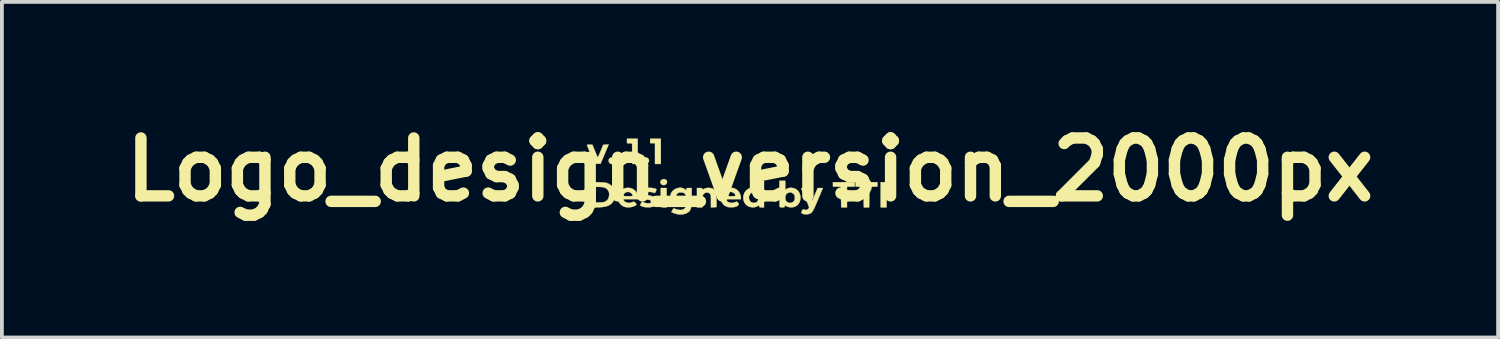
<source format=kicad_pcb>
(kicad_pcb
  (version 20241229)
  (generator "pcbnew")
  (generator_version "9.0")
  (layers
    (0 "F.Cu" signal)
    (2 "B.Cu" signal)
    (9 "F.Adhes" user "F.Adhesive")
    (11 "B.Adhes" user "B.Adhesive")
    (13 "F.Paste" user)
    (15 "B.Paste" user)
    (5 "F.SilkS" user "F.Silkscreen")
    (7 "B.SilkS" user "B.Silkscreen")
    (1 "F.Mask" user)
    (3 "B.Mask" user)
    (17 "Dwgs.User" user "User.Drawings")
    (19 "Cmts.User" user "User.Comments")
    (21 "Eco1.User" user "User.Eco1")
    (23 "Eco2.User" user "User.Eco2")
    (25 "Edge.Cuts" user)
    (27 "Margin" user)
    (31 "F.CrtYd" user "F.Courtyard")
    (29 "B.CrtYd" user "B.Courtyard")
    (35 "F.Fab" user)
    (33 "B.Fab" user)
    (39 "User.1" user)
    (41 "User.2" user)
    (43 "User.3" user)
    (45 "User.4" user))
  (footprint "Logo_design_version_2000px"
    (layer "F.Cu")
    (at 16.699 1.418)
    (property "Reference" "Logo_design_version_2000px" (at 0 0 0) (layer "F.SilkS") (effects (font (size 1.524 1.524) (thickness 0.3))))
    (attr through_hole)
    (fp_poly (pts (xy 3.594 0.991) (xy 3.442 0.991) (xy 3.442 0.33) (xy 3.594 0.33) (xy 3.594 0.991)) (stroke (width 0.01) (type solid)) (fill yes) (layer "F.SilkS"))
    (fp_poly (pts (xy -2.349 -0.152) (xy -2.502 -0.152) (xy -2.502 -0.699) (xy -2.629 -0.699) (xy -2.629 -0.813) (xy -2.349 -0.813) (xy -2.349 -0.152)) (stroke (width 0.01) (type solid)) (fill yes) (layer "F.SilkS"))
    (fp_poly (pts (xy -2.959 -0.152) (xy -3.098 -0.152) (xy -3.102 -0.422) (xy -3.105 -0.692) (xy -3.239 -0.7) (xy -3.239 -0.813) (xy -2.959 -0.813) (xy -2.959 -0.152)) (stroke (width 0.01) (type solid)) (fill yes) (layer "F.SilkS"))
    (fp_poly (pts (xy 2.756 0.445) (xy 2.553 0.445) (xy 2.553 0.991) (xy 2.401 0.991) (xy 2.397 0.721) (xy 2.394 0.451) (xy 2.184 0.443) (xy 2.184 0.33) (xy 2.756 0.33) (xy 2.756 0.445)) (stroke (width 0.01) (type solid)) (fill yes) (layer "F.SilkS"))
    (fp_poly (pts (xy 3.353 0.443) (xy 3.143 0.451) (xy 3.136 0.991) (xy 2.998 0.991) (xy 2.994 0.721) (xy 2.991 0.451) (xy 2.781 0.443) (xy 2.781 0.33) (xy 3.353 0.33) (xy 3.353 0.443)) (stroke (width 0.01) (type solid)) (fill yes) (layer "F.SilkS"))
    (fp_poly (pts (xy -2.197 0.991) (xy -2.265 0.991) (xy -2.304 0.989) (xy -2.333 0.985) (xy -2.341 0.982) (xy -2.344 0.967) (xy -2.346 0.931) (xy -2.348 0.878) (xy -2.349 0.811) (xy -2.349 0.735) (xy -2.349 0.728) (xy -2.349 0.483) (xy -2.197 0.483) (xy -2.197 0.991)) (stroke (width 0.01) (type solid)) (fill yes) (layer "F.SilkS"))
    (fp_poly (pts (xy -3.585 -0.308) (xy -3.558 -0.279) (xy -3.545 -0.242) (xy -3.553 -0.2) (xy -3.556 -0.194) (xy -3.585 -0.164) (xy -3.624 -0.148) (xy -3.658 -0.15) (xy -3.697 -0.174) (xy -3.718 -0.212) (xy -3.721 -0.234) (xy -3.716 -0.275) (xy -3.698 -0.3) (xy -3.666 -0.317) (xy -3.622 -0.322) (xy -3.585 -0.308)) (stroke (width 0.01) (type solid)) (fill yes) (layer "F.SilkS"))
    (fp_poly (pts (xy -2.229 0.259) (xy -2.2 0.277) (xy -2.194 0.283) (xy -2.184 0.32) (xy -2.194 0.357) (xy -2.219 0.388) (xy -2.257 0.405) (xy -2.273 0.406) (xy -2.311 0.398) (xy -2.337 0.381) (xy -2.359 0.345) (xy -2.358 0.307) (xy -2.336 0.274) (xy -2.295 0.25) (xy -2.265 0.249) (xy -2.229 0.259)) (stroke (width 0.01) (type solid)) (fill yes) (layer "F.SilkS"))
    (fp_poly (pts (xy -2.719 -0.318) (xy -2.708 -0.313) (xy -2.674 -0.284) (xy -2.66 -0.25) (xy -2.663 -0.213) (xy -2.681 -0.181) (xy -2.711 -0.158) (xy -2.751 -0.149) (xy -2.783 -0.155) (xy -2.816 -0.177) (xy -2.832 -0.212) (xy -2.833 -0.251) (xy -2.818 -0.288) (xy -2.787 -0.315) (xy -2.782 -0.317) (xy -2.75 -0.326) (xy -2.719 -0.318)) (stroke (width 0.01) (type solid)) (fill yes) (layer "F.SilkS"))
    (fp_poly (pts (xy -3.935 -0.159) (xy -4.012 -0.155) (xy -4.053 -0.154) (xy -4.081 -0.154) (xy -4.089 -0.155) (xy -4.094 -0.168) (xy -4.107 -0.2) (xy -4.127 -0.249) (xy -4.153 -0.31) (xy -4.183 -0.381) (xy -4.191 -0.4) (xy -4.222 -0.473) (xy -4.249 -0.538) (xy -4.27 -0.592) (xy -4.285 -0.63) (xy -4.292 -0.65) (xy -4.293 -0.651) (xy -4.281 -0.656) (xy -4.251 -0.658) (xy -4.221 -0.658) (xy -4.149 -0.654) (xy -4.084 -0.492) (xy -4.059 -0.433) (xy -4.038 -0.382) (xy -4.022 -0.345) (xy -4.012 -0.326) (xy -4.011 -0.324) (xy -4.004 -0.333) (xy -3.99 -0.361) (xy -3.969 -0.405) (xy -3.945 -0.46) (xy -3.934 -0.486) (xy -3.864 -0.654) (xy -3.723 -0.662) (xy -3.935 -0.159)) (stroke (width 0.01) (type solid)) (fill yes) (layer "F.SilkS"))
    (fp_poly (pts (xy -1.026 0.485) (xy -0.977 0.503) (xy -0.943 0.526) (xy -0.919 0.552) (xy -0.902 0.586) (xy -0.891 0.631) (xy -0.885 0.692) (xy -0.883 0.774) (xy -0.883 0.8) (xy -0.883 0.984) (xy -0.956 0.988) (xy -1.029 0.992) (xy -1.029 0.826) (xy -1.029 0.757) (xy -1.03 0.71) (xy -1.033 0.678) (xy -1.039 0.657) (xy -1.047 0.642) (xy -1.06 0.628) (xy -1.1 0.604) (xy -1.146 0.599) (xy -1.191 0.614) (xy -1.227 0.644) (xy -1.243 0.675) (xy -1.249 0.704) (xy -1.254 0.752) (xy -1.257 0.81) (xy -1.257 0.853) (xy -1.257 0.991) (xy -1.397 0.991) (xy -1.397 0.483) (xy -1.327 0.483) (xy -1.287 0.484) (xy -1.266 0.489) (xy -1.258 0.499) (xy -1.257 0.508) (xy -1.256 0.523) (xy -1.248 0.525) (xy -1.228 0.515) (xy -1.211 0.505) (xy -1.156 0.485) (xy -1.091 0.478) (xy -1.026 0.485)) (stroke (width 0.01) (type solid)) (fill yes) (layer "F.SilkS"))
    (fp_poly (pts (xy -4.004 0.332) (xy -3.925 0.334) (xy -3.866 0.337) (xy -3.824 0.34) (xy -3.792 0.345) (xy -3.767 0.352) (xy -3.743 0.362) (xy -3.727 0.37) (xy -3.686 0.395) (xy -3.65 0.421) (xy -3.636 0.434) (xy -3.592 0.499) (xy -3.565 0.577) (xy -3.556 0.66) (xy -3.565 0.743) (xy -3.594 0.82) (xy -3.62 0.86) (xy -3.665 0.906) (xy -3.72 0.941) (xy -3.789 0.966) (xy -3.874 0.982) (xy -3.979 0.99) (xy -4.048 0.991) (xy -4.216 0.991) (xy -4.216 0.864) (xy -4.065 0.864) (xy -3.959 0.864) (xy -3.894 0.861) (xy -3.848 0.854) (xy -3.812 0.841) (xy -3.81 0.84) (xy -3.755 0.799) (xy -3.722 0.745) (xy -3.709 0.675) (xy -3.708 0.66) (xy -3.712 0.605) (xy -3.726 0.564) (xy -3.737 0.545) (xy -3.772 0.504) (xy -3.814 0.476) (xy -3.868 0.46) (xy -3.94 0.453) (xy -3.953 0.453) (xy -4.058 0.451) (xy -4.065 0.864) (xy -4.216 0.864) (xy -4.216 0.328) (xy -4.004 0.332)) (stroke (width 0.01) (type solid)) (fill yes) (layer "F.SilkS"))
    (fp_poly (pts (xy 0.368 0.991) (xy 0.305 0.991) (xy 0.267 0.989) (xy 0.248 0.984) (xy 0.242 0.971) (xy 0.241 0.965) (xy 0.24 0.947) (xy 0.232 0.942) (xy 0.212 0.951) (xy 0.188 0.965) (xy 0.135 0.985) (xy 0.07 0.991) (xy 0.004 0.982) (xy -0.045 0.965) (xy -0.105 0.923) (xy -0.146 0.868) (xy -0.171 0.805) (xy -0.178 0.739) (xy -0.031 0.739) (xy -0.02 0.791) (xy 0.007 0.836) (xy 0.021 0.85) (xy 0.064 0.871) (xy 0.116 0.876) (xy 0.163 0.865) (xy 0.166 0.863) (xy 0.196 0.834) (xy 0.219 0.788) (xy 0.228 0.733) (xy 0.229 0.724) (xy 0.218 0.668) (xy 0.187 0.627) (xy 0.14 0.602) (xy 0.098 0.597) (xy 0.045 0.606) (xy 0.006 0.636) (xy -0.023 0.687) (xy -0.025 0.69) (xy -0.031 0.739) (xy -0.178 0.739) (xy -0.178 0.737) (xy -0.169 0.668) (xy -0.145 0.605) (xy -0.105 0.55) (xy -0.051 0.508) (xy 0.013 0.484) (xy 0.08 0.477) (xy 0.143 0.486) (xy 0.194 0.508) (xy 0.206 0.517) (xy 0.217 0.525) (xy 0.223 0.523) (xy 0.227 0.508) (xy 0.228 0.475) (xy 0.229 0.422) (xy 0.229 0.415) (xy 0.229 0.292) (xy 0.368 0.292) (xy 0.368 0.991)) (stroke (width 0.01) (type solid)) (fill yes) (layer "F.SilkS"))
    (fp_poly (pts (xy -0.442 0.484) (xy -0.372 0.511) (xy -0.314 0.558) (xy -0.271 0.62) (xy -0.246 0.692) (xy -0.241 0.74) (xy -0.241 0.775) (xy -0.634 0.775) (xy -0.62 0.807) (xy -0.59 0.843) (xy -0.545 0.866) (xy -0.49 0.876) (xy -0.433 0.871) (xy -0.391 0.856) (xy -0.364 0.844) (xy -0.346 0.846) (xy -0.325 0.863) (xy -0.319 0.869) (xy -0.298 0.898) (xy -0.299 0.924) (xy -0.324 0.949) (xy -0.357 0.968) (xy -0.398 0.981) (xy -0.455 0.988) (xy -0.517 0.989) (xy -0.574 0.984) (xy -0.601 0.978) (xy -0.668 0.945) (xy -0.719 0.896) (xy -0.754 0.834) (xy -0.771 0.763) (xy -0.768 0.688) (xy -0.768 0.688) (xy -0.628 0.688) (xy -0.625 0.691) (xy -0.61 0.695) (xy -0.576 0.697) (xy -0.528 0.698) (xy -0.5 0.699) (xy -0.443 0.698) (xy -0.407 0.695) (xy -0.388 0.691) (xy -0.381 0.682) (xy -0.381 0.678) (xy -0.389 0.657) (xy -0.411 0.629) (xy -0.418 0.621) (xy -0.464 0.592) (xy -0.516 0.583) (xy -0.567 0.596) (xy -0.587 0.609) (xy -0.612 0.636) (xy -0.627 0.665) (xy -0.628 0.688) (xy -0.768 0.688) (xy -0.743 0.615) (xy -0.698 0.551) (xy -0.637 0.506) (xy -0.564 0.481) (xy -0.483 0.478) (xy -0.442 0.484)) (stroke (width 0.01) (type solid)) (fill yes) (layer "F.SilkS"))
    (fp_poly (pts (xy 1.561 0.648) (xy 1.586 0.707) (xy 1.608 0.757) (xy 1.625 0.793) (xy 1.635 0.811) (xy 1.637 0.813) (xy 1.644 0.802) (xy 1.659 0.771) (xy 1.68 0.726) (xy 1.704 0.669) (xy 1.713 0.648) (xy 1.781 0.483) (xy 1.918 0.483) (xy 1.901 0.524) (xy 1.89 0.548) (xy 1.872 0.591) (xy 1.848 0.649) (xy 1.818 0.718) (xy 1.786 0.794) (xy 1.778 0.813) (xy 1.739 0.906) (xy 1.707 0.979) (xy 1.681 1.034) (xy 1.659 1.074) (xy 1.64 1.104) (xy 1.623 1.125) (xy 1.604 1.141) (xy 1.594 1.148) (xy 1.55 1.166) (xy 1.493 1.175) (xy 1.437 1.174) (xy 1.401 1.165) (xy 1.366 1.15) (xy 1.353 1.135) (xy 1.356 1.112) (xy 1.367 1.087) (xy 1.385 1.055) (xy 1.402 1.043) (xy 1.424 1.049) (xy 1.437 1.055) (xy 1.477 1.063) (xy 1.516 1.05) (xy 1.544 1.023) (xy 1.55 1.012) (xy 1.553 0.999) (xy 1.552 0.981) (xy 1.544 0.956) (xy 1.531 0.919) (xy 1.509 0.867) (xy 1.479 0.797) (xy 1.46 0.753) (xy 1.428 0.68) (xy 1.4 0.615) (xy 1.376 0.56) (xy 1.359 0.521) (xy 1.351 0.5) (xy 1.35 0.498) (xy 1.354 0.489) (xy 1.376 0.484) (xy 1.419 0.483) (xy 1.494 0.483) (xy 1.561 0.648)) (stroke (width 0.01) (type solid)) (fill yes) (layer "F.SilkS"))
    (fp_poly (pts (xy -3.153 0.483) (xy -3.132 0.488) (xy -3.062 0.521) (xy -3.006 0.572) (xy -2.967 0.638) (xy -2.948 0.714) (xy -2.946 0.74) (xy -2.946 0.775) (xy -3.34 0.775) (xy -3.325 0.807) (xy -3.296 0.843) (xy -3.25 0.866) (xy -3.195 0.876) (xy -3.138 0.871) (xy -3.096 0.856) (xy -3.071 0.844) (xy -3.053 0.845) (xy -3.033 0.86) (xy -3.018 0.875) (xy -2.995 0.9) (xy -2.987 0.914) (xy -2.995 0.926) (xy -3.004 0.934) (xy -3.061 0.965) (xy -3.132 0.985) (xy -3.21 0.991) (xy -3.285 0.983) (xy -3.306 0.978) (xy -3.362 0.95) (xy -3.414 0.906) (xy -3.452 0.853) (xy -3.456 0.846) (xy -3.478 0.771) (xy -3.477 0.698) (xy -3.474 0.688) (xy -3.333 0.688) (xy -3.33 0.691) (xy -3.315 0.695) (xy -3.281 0.697) (xy -3.233 0.698) (xy -3.205 0.699) (xy -3.148 0.698) (xy -3.113 0.695) (xy -3.094 0.691) (xy -3.087 0.682) (xy -3.086 0.678) (xy -3.095 0.657) (xy -3.116 0.629) (xy -3.123 0.621) (xy -3.169 0.592) (xy -3.221 0.583) (xy -3.272 0.596) (xy -3.292 0.609) (xy -3.317 0.636) (xy -3.332 0.665) (xy -3.333 0.688) (xy -3.474 0.688) (xy -3.457 0.63) (xy -3.419 0.571) (xy -3.367 0.524) (xy -3.304 0.492) (xy -3.231 0.477) (xy -3.153 0.483)) (stroke (width 0.01) (type solid)) (fill yes) (layer "F.SilkS"))
    (fp_poly (pts (xy -2.586 0.481) (xy -2.535 0.489) (xy -2.494 0.5) (xy -2.469 0.513) (xy -2.464 0.521) (xy -2.469 0.539) (xy -2.481 0.569) (xy -2.485 0.576) (xy -2.499 0.604) (xy -2.513 0.613) (xy -2.536 0.607) (xy -2.548 0.602) (xy -2.598 0.587) (xy -2.649 0.584) (xy -2.694 0.59) (xy -2.727 0.606) (xy -2.743 0.629) (xy -2.743 0.635) (xy -2.738 0.65) (xy -2.719 0.663) (xy -2.683 0.675) (xy -2.627 0.687) (xy -2.598 0.692) (xy -2.527 0.713) (xy -2.476 0.745) (xy -2.446 0.788) (xy -2.439 0.839) (xy -2.455 0.897) (xy -2.458 0.903) (xy -2.494 0.945) (xy -2.55 0.973) (xy -2.627 0.987) (xy -2.68 0.989) (xy -2.731 0.988) (xy -2.776 0.984) (xy -2.806 0.979) (xy -2.807 0.979) (xy -2.844 0.965) (xy -2.868 0.954) (xy -2.896 0.939) (xy -2.87 0.888) (xy -2.844 0.838) (xy -2.806 0.858) (xy -2.757 0.876) (xy -2.705 0.885) (xy -2.656 0.885) (xy -2.614 0.876) (xy -2.587 0.86) (xy -2.578 0.839) (xy -2.58 0.827) (xy -2.588 0.817) (xy -2.606 0.809) (xy -2.638 0.799) (xy -2.688 0.788) (xy -2.746 0.775) (xy -2.812 0.753) (xy -2.856 0.719) (xy -2.878 0.673) (xy -2.879 0.625) (xy -2.863 0.567) (xy -2.827 0.524) (xy -2.771 0.495) (xy -2.696 0.48) (xy -2.641 0.478) (xy -2.586 0.481)) (stroke (width 0.01) (type solid)) (fill yes) (layer "F.SilkS"))
    (fp_poly (pts (xy 0.927 0.534) (xy 0.965 0.506) (xy 1.014 0.484) (xy 1.076 0.477) (xy 1.141 0.485) (xy 1.202 0.507) (xy 1.208 0.511) (xy 1.264 0.557) (xy 1.302 0.616) (xy 1.324 0.682) (xy 1.328 0.753) (xy 1.316 0.822) (xy 1.288 0.885) (xy 1.243 0.937) (xy 1.185 0.973) (xy 1.129 0.988) (xy 1.066 0.99) (xy 1.007 0.981) (xy 0.968 0.965) (xy 0.936 0.947) (xy 0.92 0.942) (xy 0.915 0.951) (xy 0.914 0.965) (xy 0.911 0.981) (xy 0.896 0.988) (xy 0.864 0.991) (xy 0.853 0.991) (xy 0.815 0.989) (xy 0.789 0.985) (xy 0.783 0.982) (xy 0.781 0.968) (xy 0.779 0.931) (xy 0.777 0.876) (xy 0.776 0.806) (xy 0.775 0.737) (xy 0.927 0.737) (xy 0.93 0.78) (xy 0.94 0.81) (xy 0.962 0.837) (xy 0.964 0.839) (xy 0.999 0.866) (xy 1.037 0.876) (xy 1.054 0.876) (xy 1.097 0.871) (xy 1.131 0.851) (xy 1.144 0.839) (xy 1.167 0.812) (xy 1.178 0.783) (xy 1.181 0.741) (xy 1.181 0.737) (xy 1.179 0.693) (xy 1.168 0.664) (xy 1.146 0.636) (xy 1.144 0.634) (xy 1.097 0.603) (xy 1.046 0.595) (xy 0.995 0.611) (xy 0.964 0.634) (xy 0.941 0.662) (xy 0.93 0.691) (xy 0.927 0.733) (xy 0.927 0.737) (xy 0.775 0.737) (xy 0.775 0.724) (xy 0.775 0.633) (xy 0.775 0.292) (xy 0.927 0.292) (xy 0.927 0.534)) (stroke (width 0.01) (type solid)) (fill yes) (layer "F.SilkS"))
    (fp_poly (pts (xy -1.746 0.496) (xy -1.714 0.517) (xy -1.676 0.548) (xy -1.676 0.515) (xy -1.675 0.497) (xy -1.666 0.487) (xy -1.643 0.483) (xy -1.607 0.483) (xy -1.537 0.483) (xy -1.537 0.715) (xy -1.538 0.82) (xy -1.541 0.904) (xy -1.547 0.969) (xy -1.558 1.019) (xy -1.572 1.057) (xy -1.592 1.088) (xy -1.619 1.114) (xy -1.622 1.116) (xy -1.688 1.155) (xy -1.769 1.175) (xy -1.862 1.177) (xy -1.927 1.168) (xy -1.974 1.155) (xy -2.019 1.139) (xy -2.025 1.136) (xy -2.069 1.115) (xy -2.044 1.065) (xy -2.025 1.035) (xy -2.008 1.021) (xy -2.003 1.021) (xy -1.916 1.05) (xy -1.84 1.062) (xy -1.777 1.055) (xy -1.729 1.031) (xy -1.697 0.99) (xy -1.69 0.969) (xy -1.683 0.938) (xy -1.681 0.919) (xy -1.682 0.917) (xy -1.695 0.919) (xy -1.721 0.93) (xy -1.725 0.932) (xy -1.795 0.956) (xy -1.868 0.959) (xy -1.939 0.943) (xy -2.003 0.91) (xy -2.053 0.861) (xy -2.078 0.817) (xy -2.091 0.767) (xy -2.095 0.715) (xy -1.953 0.715) (xy -1.945 0.765) (xy -1.915 0.806) (xy -1.868 0.835) (xy -1.859 0.838) (xy -1.825 0.847) (xy -1.803 0.848) (xy -1.778 0.84) (xy -1.759 0.833) (xy -1.713 0.802) (xy -1.687 0.757) (xy -1.684 0.704) (xy -1.688 0.684) (xy -1.712 0.636) (xy -1.75 0.608) (xy -1.805 0.597) (xy -1.813 0.597) (xy -1.868 0.602) (xy -1.906 0.62) (xy -1.934 0.655) (xy -1.938 0.662) (xy -1.953 0.715) (xy -2.095 0.715) (xy -2.095 0.708) (xy -2.09 0.653) (xy -2.084 0.631) (xy -2.05 0.573) (xy -2 0.527) (xy -1.939 0.495) (xy -1.873 0.477) (xy -1.807 0.477) (xy -1.746 0.496)) (stroke (width 0.01) (type solid)) (fill yes) (layer "F.SilkS")))
  (gr_rect
    (start -3 -3)
    (end 36.397 5.836)
    (stroke (width 0.1) (type default))
    (fill no)
    (layer "Edge.Cuts")))
</source>
